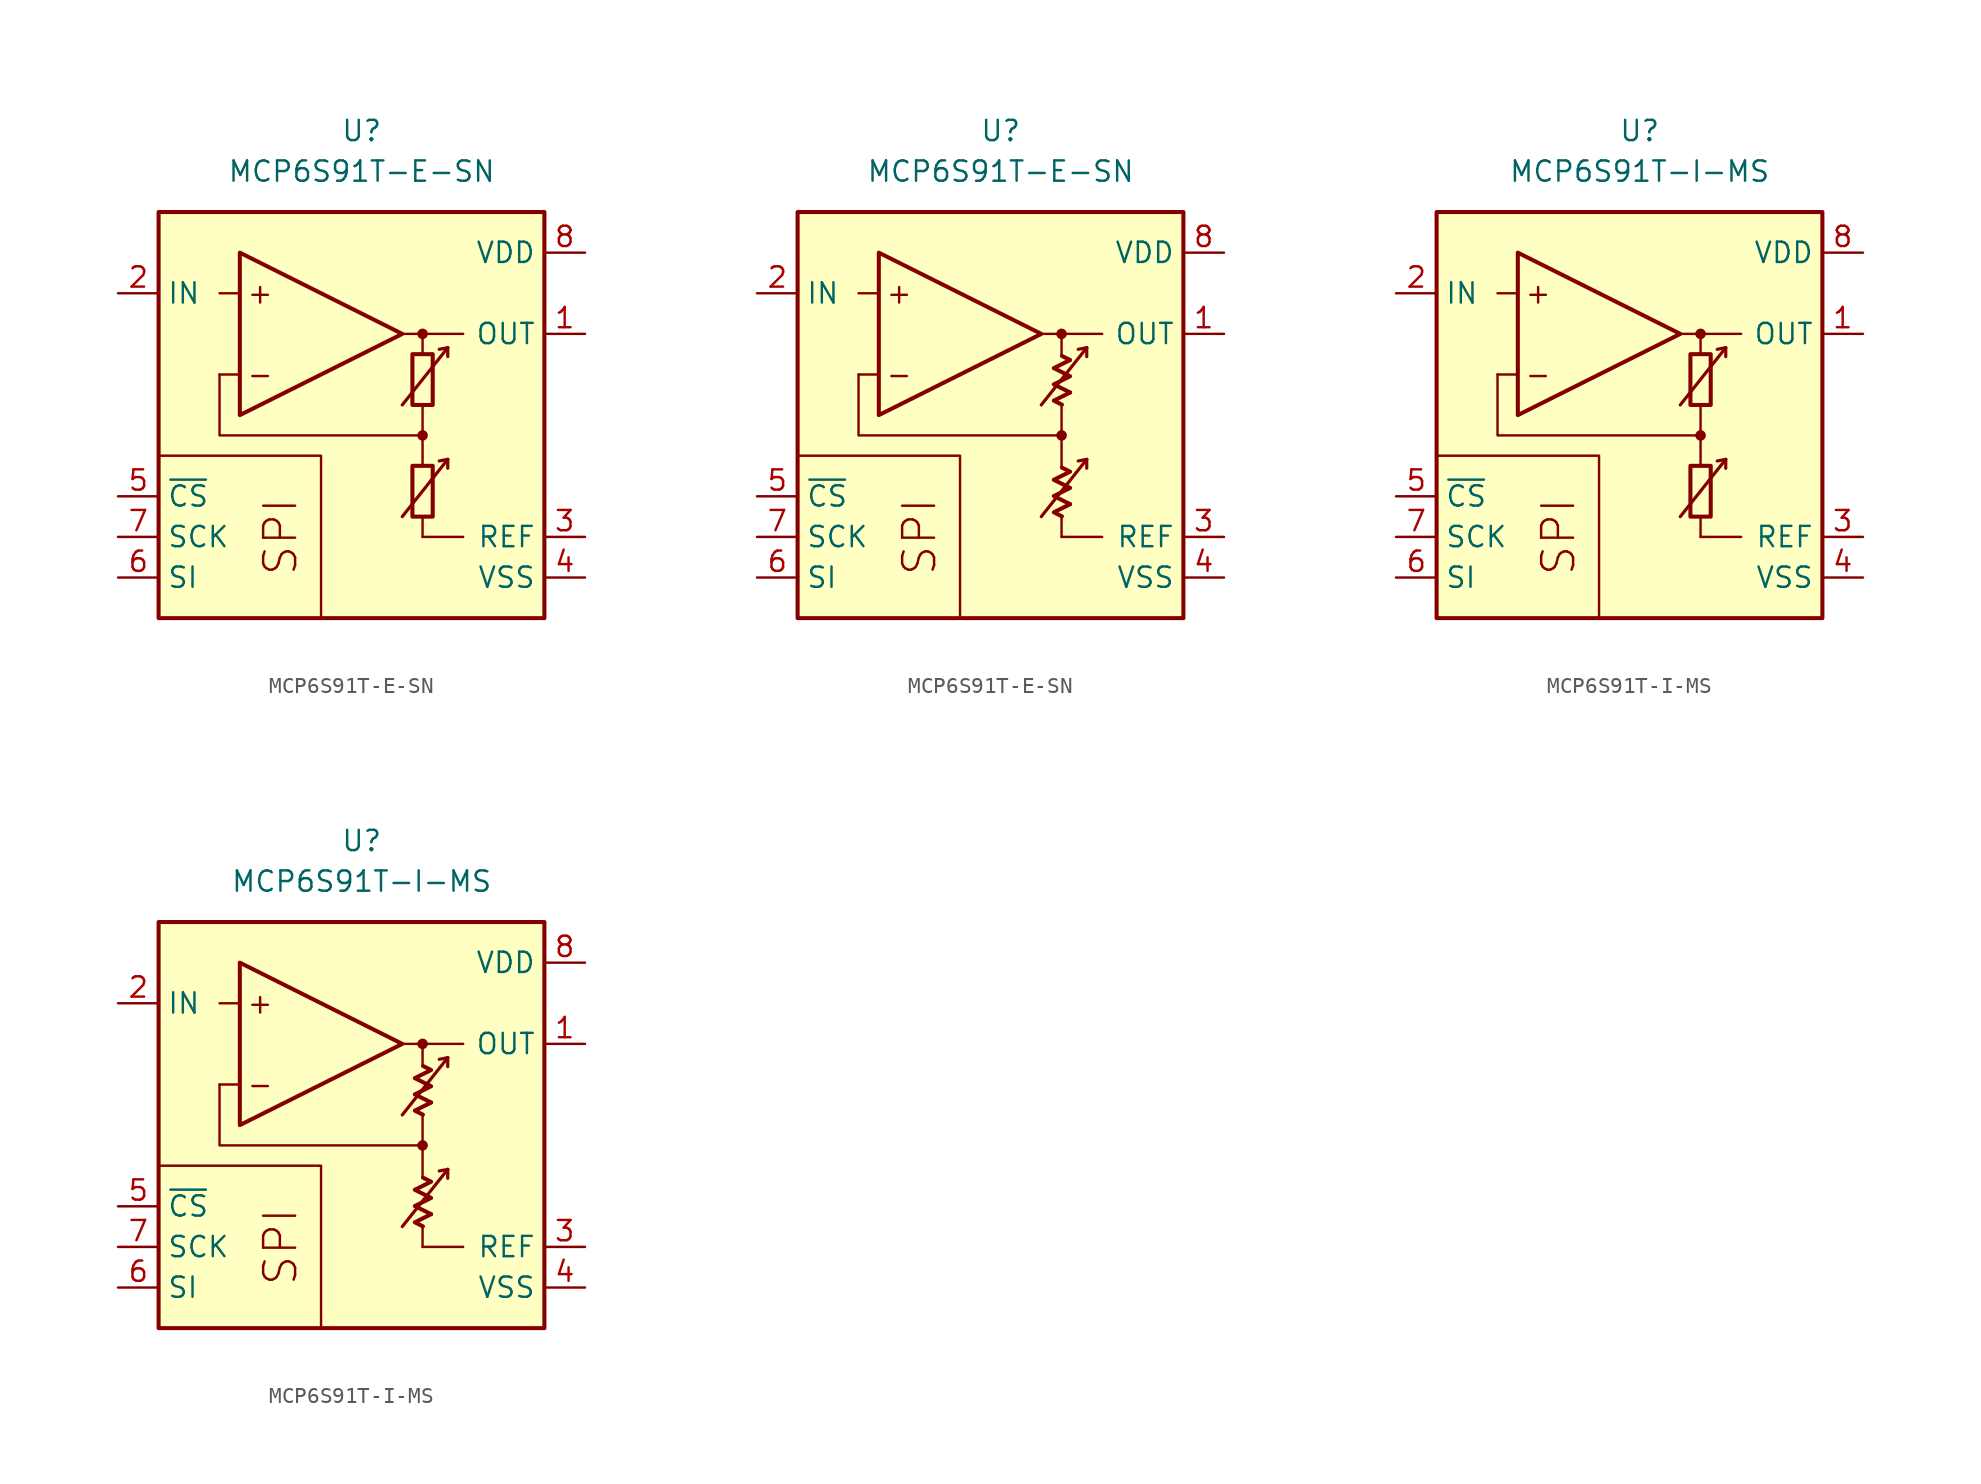
<source format=kicad_sym>
(kicad_symbol_lib
  (version 20231120)
  (generator "kicad_symbol_editor")
  (generator_version "8.0")
  (symbol "MCP6S91T-E-SN"
    (property "Reference" "U"
      (at 0 17.78 0)
      (effects (font (size 1.27 1.27))))
    (property "Value" "MCP6S91T-E-SN"
      (at 0 15.24 0)
      (effects (font (size 1.27 1.27))))
    (symbol "MCP6S91T-E-SN_0_0"
      (rectangle (start -12.7 12.7) (end 11.43 -12.7) (stroke (width 0.254) (type default)) (fill (type background)))
      (polyline (pts (xy 3.81 -3.81)) (stroke (width 0.152) (type default)) (fill (type none)))
      (polyline (pts (xy 3.81 -3.81)) (stroke (width 0.152) (type default)) (fill (type none)))
      (polyline (pts (xy 3.81 -3.175)) (stroke (width 0.152) (type default)) (fill (type none)))
      (polyline (pts (xy 3.81 3.175)) (stroke (width 0.152) (type default)) (fill (type none)))
      (polyline (pts (xy 3.81 3.81)) (stroke (width 0.152) (type default)) (fill (type none)))
      (polyline (pts (xy 3.81 3.81)) (stroke (width 0.152) (type default)) (fill (type none)))
      (polyline (pts (xy -7.62 2.54) (xy -8.89 2.54)) (stroke (width 0.152) (type default)) (fill (type none)))
      (polyline (pts (xy -7.62 7.62) (xy -8.89 7.62)) (stroke (width 0.152) (type default)) (fill (type none)))
      (polyline (pts (xy 2.54 5.08) (xy 6.35 5.08)) (stroke (width 0.152) (type default)) (fill (type none)))
      (polyline (pts (xy 3.81 -6.35) (xy 3.81 -7.62)) (stroke (width 0.152) (type default)) (fill (type none)))
      (polyline (pts (xy 3.81 -1.27) (xy 3.81 -3.175)) (stroke (width 0.152) (type default)) (fill (type none)))
      (polyline (pts (xy 3.81 0.635) (xy 3.81 -1.27)) (stroke (width 0.152) (type default)) (fill (type none)))
      (polyline (pts (xy 3.81 5.08) (xy 3.81 3.81)) (stroke (width 0.152) (type default)) (fill (type none)))
      (polyline (pts (xy -2.54 -12.7) (xy -2.54 -2.54) (xy -12.7 -2.54)) (stroke (width 0.152) (type default)) (fill (type none)))
      (polyline (pts (xy 3.81 -1.27) (xy -8.89 -1.27) (xy -8.89 2.54)) (stroke (width 0.152) (type default)) (fill (type none)))
      (circle (center 3.81 -1.27) (radius 0.254) (stroke (width 0.152) (type default)) (fill (type outline)))
      (circle (center 3.81 5.08) (radius 0.254) (stroke (width 0.152) (type default)) (fill (type outline)))
      (text "+" (at -6.35 7.62 0) (effects (font (size 1.27 1.27))))
      (text "-" (at -6.35 2.54 0) (effects (font (size 1.27 1.27))))
      (text "SPI" (at -5.08 -7.62 900) (effects (font (size 2 2)))))
    (symbol "MCP6S91T-E-SN_0_1"
      (rectangle (start 3.175 -3.175) (end 4.445 -6.35) (stroke (width 0.254) (type default)) (fill (type none)))
      (rectangle (start 3.175 3.81) (end 4.445 0.635) (stroke (width 0.254) (type default)) (fill (type none))))
    (symbol "MCP6S91T-E-SN_0_2"
      (polyline (pts (xy 4.343 -5.572) (xy 3.326 -6.08) (xy 3.834 -6.333)) (stroke (width 0.254) (type default)) (fill (type none)))
      (polyline (pts (xy 4.343 1.413) (xy 3.326 0.905) (xy 3.834 0.651)) (stroke (width 0.254) (type default)) (fill (type none)))
      (polyline (pts (xy 3.834 -3.285) (xy 4.343 -3.539) (xy 3.326 -4.048) (xy 4.343 -4.556) (xy 3.326 -5.064) (xy 4.343 -5.572)) (stroke (width 0.254) (type default)) (fill (type none)))
      (polyline (pts (xy 3.834 3.7) (xy 4.343 3.446) (xy 3.326 2.938) (xy 4.343 2.429) (xy 3.326 1.921) (xy 4.343 1.413)) (stroke (width 0.254) (type default)) (fill (type none))))
    (symbol "MCP6S91T-E-SN_1_0"
      (polyline (pts (xy 3.81 -7.62) (xy 6.35 -7.62)) (stroke (width 0) (type default)) (fill (type none)))
      (polyline (pts (xy 5.385 -2.769) (xy 4.851 -2.87)) (stroke (width 0.2) (type default)) (fill (type none)))
      (polyline (pts (xy 5.385 -2.769) (xy 5.385 -3.327)) (stroke (width 0.2) (type default)) (fill (type none)))
      (polyline (pts (xy 5.385 4.216) (xy 4.851 4.115)) (stroke (width 0.2) (type default)) (fill (type none)))
      (polyline (pts (xy 5.385 4.216) (xy 5.385 3.658)) (stroke (width 0.2) (type default)) (fill (type none)))
      (polyline (pts (xy -7.62 10.16) (xy -7.62 0) (xy 2.54 5.08) (xy -7.62 10.16)) (stroke (width 0.254) (type default)) (fill (type background)))
      (polyline (pts (xy 2.54 -6.35) (xy 5.385 -2.769) (xy 5.385 -2.769) (xy 5.385 -2.769)) (stroke (width 0.2) (type default)) (fill (type none)))
      (polyline (pts (xy 2.54 0.635) (xy 5.385 4.216) (xy 5.385 4.216) (xy 5.385 4.216)) (stroke (width 0.2) (type default)) (fill (type none))))
    (symbol "MCP6S91T-E-SN_1_1"
      (pin output line (at 13.97 5.08 180) (length 2.54) (name "OUT" (effects (font (size 1.27 1.27)))) (number "1" (effects (font (size 1.27 1.27)))))
      (pin input line (at -15.24 7.62 0) (length 2.54) (name "IN" (effects (font (size 1.27 1.27)))) (number "2" (effects (font (size 1.27 1.27)))))
      (pin passive line (at 13.97 -7.62 180) (length 2.54) (name "REF" (effects (font (size 1.27 1.27)))) (number "3" (effects (font (size 1.27 1.27)))))
      (pin power_in line (at 13.97 -10.16 180) (length 2.54) (name "VSS" (effects (font (size 1.27 1.27)))) (number "4" (effects (font (size 1.27 1.27)))))
      (pin input line (at -15.24 -5.08 0) (length 2.54) (name "~{CS}" (effects (font (size 1.27 1.27)))) (number "5" (effects (font (size 1.27 1.27)))))
      (pin input line (at -15.24 -10.16 0) (length 2.54) (name "SI" (effects (font (size 1.27 1.27)))) (number "6" (effects (font (size 1.27 1.27)))))
      (pin input line (at -15.24 -7.62 0) (length 2.54) (name "SCK" (effects (font (size 1.27 1.27)))) (number "7" (effects (font (size 1.27 1.27)))))
      (pin power_in line (at 13.97 10.16 180) (length 2.54) (name "VDD" (effects (font (size 1.27 1.27)))) (number "8" (effects (font (size 1.27 1.27))))))
    (symbol "MCP6S91T-E-SN_1_2"
      (pin output line (at 13.97 5.08 180) (length 2.54) (name "OUT" (effects (font (size 1.27 1.27)))) (number "1" (effects (font (size 1.27 1.27)))))
      (pin input line (at -15.24 7.62 0) (length 2.54) (name "IN" (effects (font (size 1.27 1.27)))) (number "2" (effects (font (size 1.27 1.27)))))
      (pin passive line (at 13.97 -7.62 180) (length 2.54) (name "REF" (effects (font (size 1.27 1.27)))) (number "3" (effects (font (size 1.27 1.27)))))
      (pin power_in line (at 13.97 -10.16 180) (length 2.54) (name "VSS" (effects (font (size 1.27 1.27)))) (number "4" (effects (font (size 1.27 1.27)))))
      (pin input line (at -15.24 -5.08 0) (length 2.54) (name "~{CS}" (effects (font (size 1.27 1.27)))) (number "5" (effects (font (size 1.27 1.27)))))
      (pin input line (at -15.24 -10.16 0) (length 2.54) (name "SI" (effects (font (size 1.27 1.27)))) (number "6" (effects (font (size 1.27 1.27)))))
      (pin input line (at -15.24 -7.62 0) (length 2.54) (name "SCK" (effects (font (size 1.27 1.27)))) (number "7" (effects (font (size 1.27 1.27)))))
      (pin power_in line (at 13.97 10.16 180) (length 2.54) (name "VDD" (effects (font (size 1.27 1.27)))) (number "8" (effects (font (size 1.27 1.27)))))))
  (symbol "MCP6S91T-I-MS"
    (property "Reference" "U"
      (at 0 17.78 0)
      (effects (font (size 1.27 1.27))))
    (property "Value" "MCP6S91T-I-MS"
      (at 0 15.24 0)
      (effects (font (size 1.27 1.27))))
    (symbol "MCP6S91T-I-MS_0_0"
      (rectangle (start -12.7 12.7) (end 11.43 -12.7) (stroke (width 0.254) (type default)) (fill (type background)))
      (polyline (pts (xy 3.81 -3.81)) (stroke (width 0.152) (type default)) (fill (type none)))
      (polyline (pts (xy 3.81 -3.81)) (stroke (width 0.152) (type default)) (fill (type none)))
      (polyline (pts (xy 3.81 -3.175)) (stroke (width 0.152) (type default)) (fill (type none)))
      (polyline (pts (xy 3.81 3.175)) (stroke (width 0.152) (type default)) (fill (type none)))
      (polyline (pts (xy 3.81 3.81)) (stroke (width 0.152) (type default)) (fill (type none)))
      (polyline (pts (xy 3.81 3.81)) (stroke (width 0.152) (type default)) (fill (type none)))
      (polyline (pts (xy -7.62 2.54) (xy -8.89 2.54)) (stroke (width 0.152) (type default)) (fill (type none)))
      (polyline (pts (xy -7.62 7.62) (xy -8.89 7.62)) (stroke (width 0.152) (type default)) (fill (type none)))
      (polyline (pts (xy 2.54 5.08) (xy 6.35 5.08)) (stroke (width 0.152) (type default)) (fill (type none)))
      (polyline (pts (xy 3.81 -6.35) (xy 3.81 -7.62)) (stroke (width 0.152) (type default)) (fill (type none)))
      (polyline (pts (xy 3.81 -1.27) (xy 3.81 -3.175)) (stroke (width 0.152) (type default)) (fill (type none)))
      (polyline (pts (xy 3.81 0.635) (xy 3.81 -1.27)) (stroke (width 0.152) (type default)) (fill (type none)))
      (polyline (pts (xy 3.81 5.08) (xy 3.81 3.81)) (stroke (width 0.152) (type default)) (fill (type none)))
      (polyline (pts (xy -2.54 -12.7) (xy -2.54 -2.54) (xy -12.7 -2.54)) (stroke (width 0.152) (type default)) (fill (type none)))
      (polyline (pts (xy 3.81 -1.27) (xy -8.89 -1.27) (xy -8.89 2.54)) (stroke (width 0.152) (type default)) (fill (type none)))
      (circle (center 3.81 -1.27) (radius 0.254) (stroke (width 0.152) (type default)) (fill (type outline)))
      (circle (center 3.81 5.08) (radius 0.254) (stroke (width 0.152) (type default)) (fill (type outline)))
      (text "+" (at -6.35 7.62 0) (effects (font (size 1.27 1.27))))
      (text "-" (at -6.35 2.54 0) (effects (font (size 1.27 1.27))))
      (text "SPI" (at -5.08 -7.62 900) (effects (font (size 2 2)))))
    (symbol "MCP6S91T-I-MS_0_1"
      (rectangle (start 3.175 -3.175) (end 4.445 -6.35) (stroke (width 0.254) (type default)) (fill (type none)))
      (rectangle (start 3.175 3.81) (end 4.445 0.635) (stroke (width 0.254) (type default)) (fill (type none))))
    (symbol "MCP6S91T-I-MS_0_2"
      (polyline (pts (xy 4.343 -5.572) (xy 3.326 -6.08) (xy 3.834 -6.333)) (stroke (width 0.254) (type default)) (fill (type none)))
      (polyline (pts (xy 4.343 1.413) (xy 3.326 0.905) (xy 3.834 0.651)) (stroke (width 0.254) (type default)) (fill (type none)))
      (polyline (pts (xy 3.834 -3.285) (xy 4.343 -3.539) (xy 3.326 -4.048) (xy 4.343 -4.556) (xy 3.326 -5.064) (xy 4.343 -5.572)) (stroke (width 0.254) (type default)) (fill (type none)))
      (polyline (pts (xy 3.834 3.7) (xy 4.343 3.446) (xy 3.326 2.938) (xy 4.343 2.429) (xy 3.326 1.921) (xy 4.343 1.413)) (stroke (width 0.254) (type default)) (fill (type none))))
    (symbol "MCP6S91T-I-MS_1_0"
      (polyline (pts (xy 3.81 -7.62) (xy 6.35 -7.62)) (stroke (width 0) (type default)) (fill (type none)))
      (polyline (pts (xy 5.385 -2.769) (xy 4.851 -2.87)) (stroke (width 0.2) (type default)) (fill (type none)))
      (polyline (pts (xy 5.385 -2.769) (xy 5.385 -3.327)) (stroke (width 0.2) (type default)) (fill (type none)))
      (polyline (pts (xy 5.385 4.216) (xy 4.851 4.115)) (stroke (width 0.2) (type default)) (fill (type none)))
      (polyline (pts (xy 5.385 4.216) (xy 5.385 3.658)) (stroke (width 0.2) (type default)) (fill (type none)))
      (polyline (pts (xy -7.62 10.16) (xy -7.62 0) (xy 2.54 5.08) (xy -7.62 10.16)) (stroke (width 0.254) (type default)) (fill (type background)))
      (polyline (pts (xy 2.54 -6.35) (xy 5.385 -2.769) (xy 5.385 -2.769) (xy 5.385 -2.769)) (stroke (width 0.2) (type default)) (fill (type none)))
      (polyline (pts (xy 2.54 0.635) (xy 5.385 4.216) (xy 5.385 4.216) (xy 5.385 4.216)) (stroke (width 0.2) (type default)) (fill (type none))))
    (symbol "MCP6S91T-I-MS_1_1"
      (pin output line (at 13.97 5.08 180) (length 2.54) (name "OUT" (effects (font (size 1.27 1.27)))) (number "1" (effects (font (size 1.27 1.27)))))
      (pin input line (at -15.24 7.62 0) (length 2.54) (name "IN" (effects (font (size 1.27 1.27)))) (number "2" (effects (font (size 1.27 1.27)))))
      (pin passive line (at 13.97 -7.62 180) (length 2.54) (name "REF" (effects (font (size 1.27 1.27)))) (number "3" (effects (font (size 1.27 1.27)))))
      (pin power_in line (at 13.97 -10.16 180) (length 2.54) (name "VSS" (effects (font (size 1.27 1.27)))) (number "4" (effects (font (size 1.27 1.27)))))
      (pin input line (at -15.24 -5.08 0) (length 2.54) (name "~{CS}" (effects (font (size 1.27 1.27)))) (number "5" (effects (font (size 1.27 1.27)))))
      (pin input line (at -15.24 -10.16 0) (length 2.54) (name "SI" (effects (font (size 1.27 1.27)))) (number "6" (effects (font (size 1.27 1.27)))))
      (pin input line (at -15.24 -7.62 0) (length 2.54) (name "SCK" (effects (font (size 1.27 1.27)))) (number "7" (effects (font (size 1.27 1.27)))))
      (pin power_in line (at 13.97 10.16 180) (length 2.54) (name "VDD" (effects (font (size 1.27 1.27)))) (number "8" (effects (font (size 1.27 1.27))))))
    (symbol "MCP6S91T-I-MS_1_2"
      (pin output line (at 13.97 5.08 180) (length 2.54) (name "OUT" (effects (font (size 1.27 1.27)))) (number "1" (effects (font (size 1.27 1.27)))))
      (pin input line (at -15.24 7.62 0) (length 2.54) (name "IN" (effects (font (size 1.27 1.27)))) (number "2" (effects (font (size 1.27 1.27)))))
      (pin passive line (at 13.97 -7.62 180) (length 2.54) (name "REF" (effects (font (size 1.27 1.27)))) (number "3" (effects (font (size 1.27 1.27)))))
      (pin power_in line (at 13.97 -10.16 180) (length 2.54) (name "VSS" (effects (font (size 1.27 1.27)))) (number "4" (effects (font (size 1.27 1.27)))))
      (pin input line (at -15.24 -5.08 0) (length 2.54) (name "~{CS}" (effects (font (size 1.27 1.27)))) (number "5" (effects (font (size 1.27 1.27)))))
      (pin input line (at -15.24 -10.16 0) (length 2.54) (name "SI" (effects (font (size 1.27 1.27)))) (number "6" (effects (font (size 1.27 1.27)))))
      (pin input line (at -15.24 -7.62 0) (length 2.54) (name "SCK" (effects (font (size 1.27 1.27)))) (number "7" (effects (font (size 1.27 1.27)))))
      (pin power_in line (at 13.97 10.16 180) (length 2.54) (name "VDD" (effects (font (size 1.27 1.27)))) (number "8" (effects (font (size 1.27 1.27))))))))
</source>
